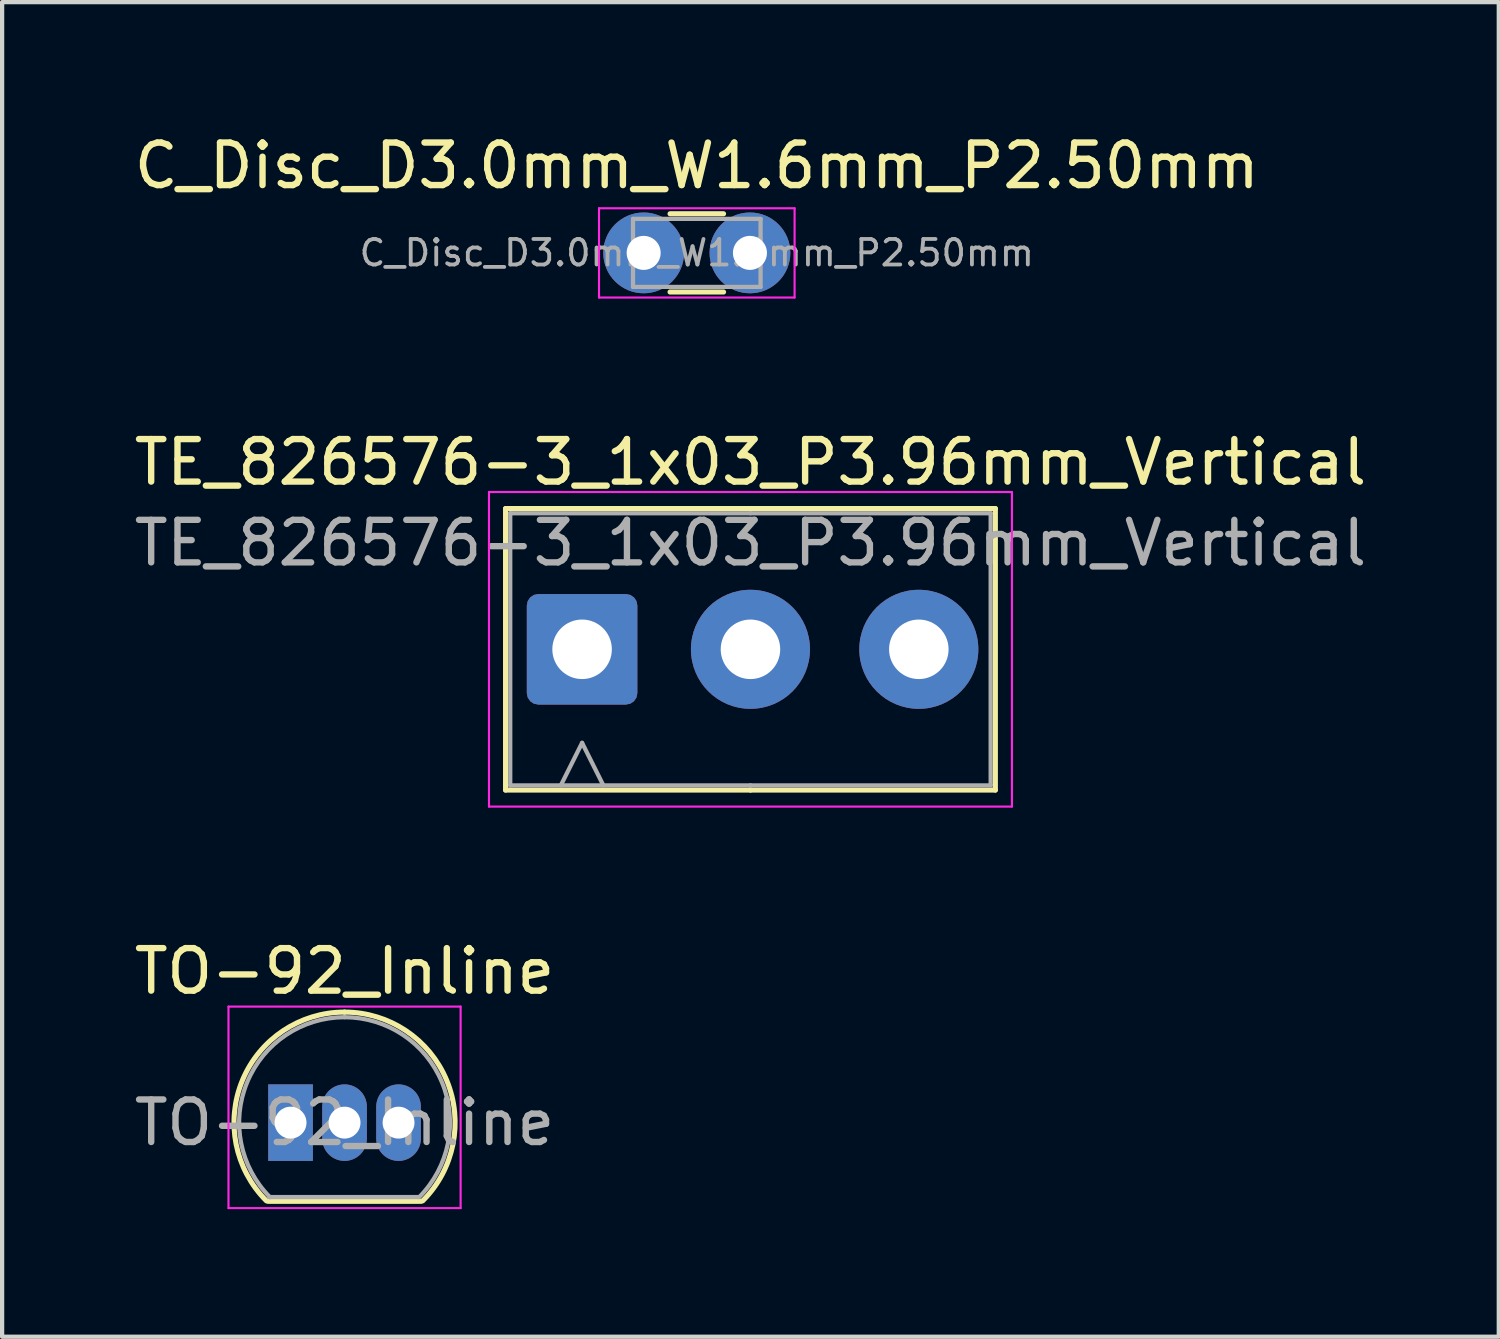
<source format=kicad_pcb>
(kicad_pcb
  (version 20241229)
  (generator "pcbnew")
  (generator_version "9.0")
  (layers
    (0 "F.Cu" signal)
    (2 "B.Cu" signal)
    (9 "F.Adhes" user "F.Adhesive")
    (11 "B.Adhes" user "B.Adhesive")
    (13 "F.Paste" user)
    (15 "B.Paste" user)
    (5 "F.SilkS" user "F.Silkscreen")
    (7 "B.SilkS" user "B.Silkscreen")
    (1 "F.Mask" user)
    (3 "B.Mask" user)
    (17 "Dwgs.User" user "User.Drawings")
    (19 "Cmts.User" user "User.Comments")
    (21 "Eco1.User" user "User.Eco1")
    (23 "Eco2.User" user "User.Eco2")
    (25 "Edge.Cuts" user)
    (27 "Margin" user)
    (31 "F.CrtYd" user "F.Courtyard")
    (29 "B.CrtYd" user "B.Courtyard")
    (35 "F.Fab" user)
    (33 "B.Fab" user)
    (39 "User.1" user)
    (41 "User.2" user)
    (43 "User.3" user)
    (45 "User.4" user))
  (footprint "TO-92_Inline"
    (layer "F.Cu")
    (at 3.784 23.355)
    (property "Reference" "TO-92_Inline" (at 1.27 -3.56 0) (layer "F.SilkS") (effects (font (size 1 1) (thickness 0.15))))
    (attr through_hole)
    (fp_line (start -0.53 1.85) (end 3.07 1.85) (stroke (width 0.12) (type solid)) (layer "F.SilkS"))
    (fp_arc (start -0.568478 1.838478) (mid -1.132087 -0.994977) (end 1.27 -2.6) (stroke (width 0.12) (type solid)) (layer "F.SilkS"))
    (fp_arc (start 1.27 -2.6) (mid 3.672087 -0.994977) (end 3.108478 1.838478) (stroke (width 0.12) (type solid)) (layer "F.SilkS"))
    (fp_line (start -1.46 -2.73) (end -1.46 2.01) (stroke (width 0.05) (type solid)) (layer "F.CrtYd"))
    (fp_line (start -1.46 -2.73) (end 4 -2.73) (stroke (width 0.05) (type solid)) (layer "F.CrtYd"))
    (fp_line (start 4 2.01) (end -1.46 2.01) (stroke (width 0.05) (type solid)) (layer "F.CrtYd"))
    (fp_line (start 4 2.01) (end 4 -2.73) (stroke (width 0.05) (type solid)) (layer "F.CrtYd"))
    (fp_line (start -0.5 1.75) (end 3 1.75) (stroke (width 0.1) (type solid)) (layer "F.Fab"))
    (fp_arc (start -0.483625 1.753625) (mid -1.021221 -0.949055) (end 1.27 -2.48) (stroke (width 0.1) (type solid)) (layer "F.Fab"))
    (fp_arc (start 1.27 -2.48) (mid 3.561221 -0.949055) (end 3.023625 1.753625) (stroke (width 0.1) (type solid)) (layer "F.Fab"))
    (fp_text user "${REFERENCE}" (at 1.27 0 0) (layer "F.Fab") (effects (font (size 1 1) (thickness 0.15))))
    (pad "1" thru_hole rect (at 0 0) (size 1.05 1.8) (drill 0.75) (layers "*.Cu" "*.Mask"))
    (pad "2" thru_hole oval (at 1.27 0) (size 1.05 1.8) (drill 0.75) (layers "*.Cu" "*.Mask"))
    (pad "3" thru_hole oval (at 2.54 0) (size 1.05 1.8) (drill 0.75) (layers "*.Cu" "*.Mask")))
  (footprint "TE_826576-3_1x03_P3.96mm_Vertical"
    (layer "F.Cu")
    (at 10.641 12.222)
    (property "Reference" "TE_826576-3_1x03_P3.96mm_Vertical" (at 3.96 -4.4 0) (layer "F.SilkS") (effects (font (size 1 1) (thickness 0.15))))
    (attr through_hole)
    (fp_line (start -1.8 -3.31) (end -1.8 3.31) (stroke (width 0.12) (type solid)) (layer "F.SilkS"))
    (fp_line (start -1.8 3.31) (end 3.96 3.31) (stroke (width 0.12) (type solid)) (layer "F.SilkS"))
    (fp_line (start 3.96 -3.31) (end -1.8 -3.31) (stroke (width 0.12) (type solid)) (layer "F.SilkS"))
    (fp_line (start 3.96 -3.31) (end 9.72 -3.31) (stroke (width 0.12) (type solid)) (layer "F.SilkS"))
    (fp_line (start 9.72 -3.31) (end 9.72 3.31) (stroke (width 0.12) (type solid)) (layer "F.SilkS"))
    (fp_line (start 9.72 3.31) (end 3.96 3.31) (stroke (width 0.12) (type solid)) (layer "F.SilkS"))
    (fp_line (start -2.19 -3.7) (end -2.19 3.7) (stroke (width 0.05) (type solid)) (layer "F.CrtYd"))
    (fp_line (start -2.19 3.7) (end 10.11 3.7) (stroke (width 0.05) (type solid)) (layer "F.CrtYd"))
    (fp_line (start 10.11 -3.7) (end -2.19 -3.7) (stroke (width 0.05) (type solid)) (layer "F.CrtYd"))
    (fp_line (start 10.11 3.7) (end 10.11 -3.7) (stroke (width 0.05) (type solid)) (layer "F.CrtYd"))
    (fp_line (start -1.69 -3.2) (end -1.69 3.2) (stroke (width 0.1) (type solid)) (layer "F.Fab"))
    (fp_line (start -1.69 3.2) (end 3.96 3.2) (stroke (width 0.1) (type solid)) (layer "F.Fab"))
    (fp_line (start -0.5 3.2) (end 0 2.2) (stroke (width 0.1) (type solid)) (layer "F.Fab"))
    (fp_line (start 0 2.2) (end 0.5 3.2) (stroke (width 0.1) (type solid)) (layer "F.Fab"))
    (fp_line (start 3.96 -3.2) (end -1.69 -3.2) (stroke (width 0.1) (type solid)) (layer "F.Fab"))
    (fp_line (start 3.96 -3.2) (end 9.61 -3.2) (stroke (width 0.1) (type solid)) (layer "F.Fab"))
    (fp_line (start 9.61 -3.2) (end 9.61 3.2) (stroke (width 0.1) (type solid)) (layer "F.Fab"))
    (fp_line (start 9.61 3.2) (end 3.96 3.2) (stroke (width 0.1) (type solid)) (layer "F.Fab"))
    (fp_text user "${REFERENCE}" (at 3.96 -2.5 0) (layer "F.Fab") (effects (font (size 1 1) (thickness 0.15))))
    (pad "1" thru_hole roundrect (at 0 0) (size 2.6 2.6) (drill 1.4) (layers "*.Cu" "*.Mask") (roundrect_rratio 0.104))
    (pad "2" thru_hole circle (at 3.96 0) (size 2.8 2.8) (drill 1.4) (layers "*.Cu" "*.Mask"))
    (pad "3" thru_hole circle (at 7.92 0) (size 2.8 2.8) (drill 1.4) (layers "*.Cu" "*.Mask")))
  (footprint "C_Disc_D3.0mm_W1.6mm_P2.50mm"
    (layer "F.Cu")
    (at 12.089 2.898)
    (property "Reference" "C_Disc_D3.0mm_W1.6mm_P2.50mm" (at 1.25 -2.05 0) (layer "F.SilkS") (effects (font (size 1 1) (thickness 0.15))))
    (attr through_hole)
    (fp_line (start 0.621 -0.92) (end 1.879 -0.92) (stroke (width 0.12) (type solid)) (layer "F.SilkS"))
    (fp_line (start 0.621 0.92) (end 1.879 0.92) (stroke (width 0.12) (type solid)) (layer "F.SilkS"))
    (fp_line (start -1.05 -1.05) (end -1.05 1.05) (stroke (width 0.05) (type solid)) (layer "F.CrtYd"))
    (fp_line (start -1.05 1.05) (end 3.55 1.05) (stroke (width 0.05) (type solid)) (layer "F.CrtYd"))
    (fp_line (start 3.55 -1.05) (end -1.05 -1.05) (stroke (width 0.05) (type solid)) (layer "F.CrtYd"))
    (fp_line (start 3.55 1.05) (end 3.55 -1.05) (stroke (width 0.05) (type solid)) (layer "F.CrtYd"))
    (fp_line (start -0.25 -0.8) (end -0.25 0.8) (stroke (width 0.1) (type solid)) (layer "F.Fab"))
    (fp_line (start -0.25 0.8) (end 2.75 0.8) (stroke (width 0.1) (type solid)) (layer "F.Fab"))
    (fp_line (start 2.75 -0.8) (end -0.25 -0.8) (stroke (width 0.1) (type solid)) (layer "F.Fab"))
    (fp_line (start 2.75 0.8) (end 2.75 -0.8) (stroke (width 0.1) (type solid)) (layer "F.Fab"))
    (fp_text user "${REFERENCE}" (at 1.25 0 0) (layer "F.Fab") (effects (font (size 0.6 0.6) (thickness 0.09))))
    (pad "1" thru_hole circle (at 0 0) (size 1.9 1.9) (drill 0.8) (layers "*.Cu" "*.Mask"))
    (pad "2" thru_hole circle (at 2.5 0) (size 1.9 1.9) (drill 0.8) (layers "*.Cu" "*.Mask")))
  (gr_rect
    (start -3 -3)
    (end 32.202 28.39)
    (stroke (width 0.1) (type default))
    (fill no)
    (layer "Edge.Cuts")))
</source>
